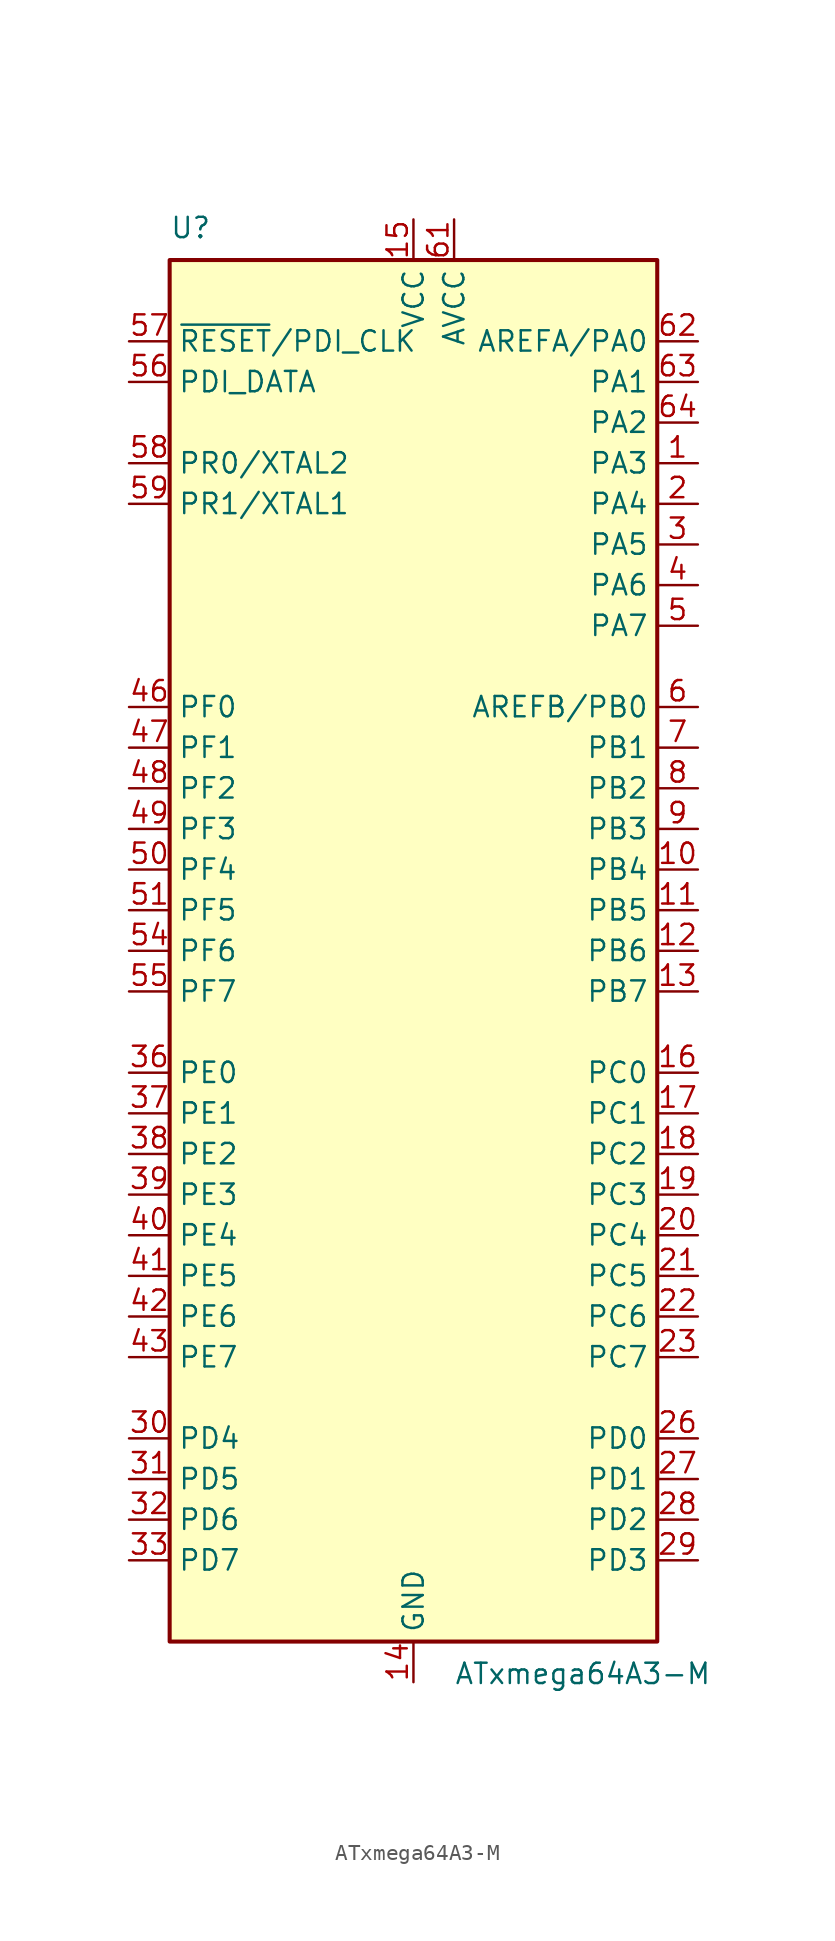
<source format=kicad_sym>
(kicad_symbol_lib
  (version 20220914)
  (generator kicad_symbol_editor)
  (symbol "ATxmega64A3-M"
    (property "Reference" "U"
      (at -15.24 44.45 0)
      (effects (font (size 1.27 1.27)) (justify left bottom)))
    (property "Value" "ATxmega64A3-M"
      (at 2.54 -44.45 0)
      (effects (font (size 1.27 1.27)) (justify left top)))
    (symbol "ATxmega64A3-M_0_1"
      (rectangle (start -15.24 -43.18) (end 15.24 43.18) (stroke (width 0.254) (type default)) (fill (type background))))
    (symbol "ATxmega64A3-M_1_1"
      (pin bidirectional line (at 17.78 30.48 180) (length 2.54) (name "PA3" (effects (font (size 1.27 1.27)))) (number "1" (effects (font (size 1.27 1.27)))))
      (pin bidirectional line (at 17.78 5.08 180) (length 2.54) (name "PB4" (effects (font (size 1.27 1.27)))) (number "10" (effects (font (size 1.27 1.27)))))
      (pin bidirectional line (at 17.78 2.54 180) (length 2.54) (name "PB5" (effects (font (size 1.27 1.27)))) (number "11" (effects (font (size 1.27 1.27)))))
      (pin bidirectional line (at 17.78 0 180) (length 2.54) (name "PB6" (effects (font (size 1.27 1.27)))) (number "12" (effects (font (size 1.27 1.27)))))
      (pin bidirectional line (at 17.78 -2.54 180) (length 2.54) (name "PB7" (effects (font (size 1.27 1.27)))) (number "13" (effects (font (size 1.27 1.27)))))
      (pin power_in line (at 0 -45.72 90) (length 2.54) (name "GND" (effects (font (size 1.27 1.27)))) (number "14" (effects (font (size 1.27 1.27)))))
      (pin power_in line (at 0 45.72 270) (length 2.54) (name "VCC" (effects (font (size 1.27 1.27)))) (number "15" (effects (font (size 1.27 1.27)))))
      (pin bidirectional line (at 17.78 -7.62 180) (length 2.54) (name "PC0" (effects (font (size 1.27 1.27)))) (number "16" (effects (font (size 1.27 1.27)))))
      (pin bidirectional line (at 17.78 -10.16 180) (length 2.54) (name "PC1" (effects (font (size 1.27 1.27)))) (number "17" (effects (font (size 1.27 1.27)))))
      (pin bidirectional line (at 17.78 -12.7 180) (length 2.54) (name "PC2" (effects (font (size 1.27 1.27)))) (number "18" (effects (font (size 1.27 1.27)))))
      (pin bidirectional line (at 17.78 -15.24 180) (length 2.54) (name "PC3" (effects (font (size 1.27 1.27)))) (number "19" (effects (font (size 1.27 1.27)))))
      (pin bidirectional line (at 17.78 27.94 180) (length 2.54) (name "PA4" (effects (font (size 1.27 1.27)))) (number "2" (effects (font (size 1.27 1.27)))))
      (pin bidirectional line (at 17.78 -17.78 180) (length 2.54) (name "PC4" (effects (font (size 1.27 1.27)))) (number "20" (effects (font (size 1.27 1.27)))))
      (pin bidirectional line (at 17.78 -20.32 180) (length 2.54) (name "PC5" (effects (font (size 1.27 1.27)))) (number "21" (effects (font (size 1.27 1.27)))))
      (pin bidirectional line (at 17.78 -22.86 180) (length 2.54) (name "PC6" (effects (font (size 1.27 1.27)))) (number "22" (effects (font (size 1.27 1.27)))))
      (pin bidirectional line (at 17.78 -25.4 180) (length 2.54) (name "PC7" (effects (font (size 1.27 1.27)))) (number "23" (effects (font (size 1.27 1.27)))))
      (pin passive line (at 0 -45.72 90) (length 2.54) hide (name "GND" (effects (font (size 1.27 1.27)))) (number "24" (effects (font (size 1.27 1.27)))))
      (pin passive line (at 0 45.72 270) (length 2.54) hide (name "VCC" (effects (font (size 1.27 1.27)))) (number "25" (effects (font (size 1.27 1.27)))))
      (pin bidirectional line (at 17.78 -30.48 180) (length 2.54) (name "PD0" (effects (font (size 1.27 1.27)))) (number "26" (effects (font (size 1.27 1.27)))))
      (pin bidirectional line (at 17.78 -33.02 180) (length 2.54) (name "PD1" (effects (font (size 1.27 1.27)))) (number "27" (effects (font (size 1.27 1.27)))))
      (pin bidirectional line (at 17.78 -35.56 180) (length 2.54) (name "PD2" (effects (font (size 1.27 1.27)))) (number "28" (effects (font (size 1.27 1.27)))))
      (pin bidirectional line (at 17.78 -38.1 180) (length 2.54) (name "PD3" (effects (font (size 1.27 1.27)))) (number "29" (effects (font (size 1.27 1.27)))))
      (pin bidirectional line (at 17.78 25.4 180) (length 2.54) (name "PA5" (effects (font (size 1.27 1.27)))) (number "3" (effects (font (size 1.27 1.27)))))
      (pin bidirectional line (at -17.78 -30.48 0) (length 2.54) (name "PD4" (effects (font (size 1.27 1.27)))) (number "30" (effects (font (size 1.27 1.27)))))
      (pin bidirectional line (at -17.78 -33.02 0) (length 2.54) (name "PD5" (effects (font (size 1.27 1.27)))) (number "31" (effects (font (size 1.27 1.27)))))
      (pin bidirectional line (at -17.78 -35.56 0) (length 2.54) (name "PD6" (effects (font (size 1.27 1.27)))) (number "32" (effects (font (size 1.27 1.27)))))
      (pin bidirectional line (at -17.78 -38.1 0) (length 2.54) (name "PD7" (effects (font (size 1.27 1.27)))) (number "33" (effects (font (size 1.27 1.27)))))
      (pin passive line (at 0 -45.72 90) (length 2.54) hide (name "GND" (effects (font (size 1.27 1.27)))) (number "34" (effects (font (size 1.27 1.27)))))
      (pin passive line (at 0 45.72 270) (length 2.54) hide (name "VCC" (effects (font (size 1.27 1.27)))) (number "35" (effects (font (size 1.27 1.27)))))
      (pin bidirectional line (at -17.78 -7.62 0) (length 2.54) (name "PE0" (effects (font (size 1.27 1.27)))) (number "36" (effects (font (size 1.27 1.27)))))
      (pin bidirectional line (at -17.78 -10.16 0) (length 2.54) (name "PE1" (effects (font (size 1.27 1.27)))) (number "37" (effects (font (size 1.27 1.27)))))
      (pin bidirectional line (at -17.78 -12.7 0) (length 2.54) (name "PE2" (effects (font (size 1.27 1.27)))) (number "38" (effects (font (size 1.27 1.27)))))
      (pin bidirectional line (at -17.78 -15.24 0) (length 2.54) (name "PE3" (effects (font (size 1.27 1.27)))) (number "39" (effects (font (size 1.27 1.27)))))
      (pin bidirectional line (at 17.78 22.86 180) (length 2.54) (name "PA6" (effects (font (size 1.27 1.27)))) (number "4" (effects (font (size 1.27 1.27)))))
      (pin bidirectional line (at -17.78 -17.78 0) (length 2.54) (name "PE4" (effects (font (size 1.27 1.27)))) (number "40" (effects (font (size 1.27 1.27)))))
      (pin bidirectional line (at -17.78 -20.32 0) (length 2.54) (name "PE5" (effects (font (size 1.27 1.27)))) (number "41" (effects (font (size 1.27 1.27)))))
      (pin bidirectional line (at -17.78 -22.86 0) (length 2.54) (name "PE6" (effects (font (size 1.27 1.27)))) (number "42" (effects (font (size 1.27 1.27)))))
      (pin bidirectional line (at -17.78 -25.4 0) (length 2.54) (name "PE7" (effects (font (size 1.27 1.27)))) (number "43" (effects (font (size 1.27 1.27)))))
      (pin passive line (at 0 -45.72 90) (length 2.54) hide (name "GND" (effects (font (size 1.27 1.27)))) (number "44" (effects (font (size 1.27 1.27)))))
      (pin passive line (at 0 45.72 270) (length 2.54) hide (name "VCC" (effects (font (size 1.27 1.27)))) (number "45" (effects (font (size 1.27 1.27)))))
      (pin bidirectional line (at -17.78 15.24 0) (length 2.54) (name "PF0" (effects (font (size 1.27 1.27)))) (number "46" (effects (font (size 1.27 1.27)))))
      (pin bidirectional line (at -17.78 12.7 0) (length 2.54) (name "PF1" (effects (font (size 1.27 1.27)))) (number "47" (effects (font (size 1.27 1.27)))))
      (pin bidirectional line (at -17.78 10.16 0) (length 2.54) (name "PF2" (effects (font (size 1.27 1.27)))) (number "48" (effects (font (size 1.27 1.27)))))
      (pin bidirectional line (at -17.78 7.62 0) (length 2.54) (name "PF3" (effects (font (size 1.27 1.27)))) (number "49" (effects (font (size 1.27 1.27)))))
      (pin bidirectional line (at 17.78 20.32 180) (length 2.54) (name "PA7" (effects (font (size 1.27 1.27)))) (number "5" (effects (font (size 1.27 1.27)))))
      (pin bidirectional line (at -17.78 5.08 0) (length 2.54) (name "PF4" (effects (font (size 1.27 1.27)))) (number "50" (effects (font (size 1.27 1.27)))))
      (pin bidirectional line (at -17.78 2.54 0) (length 2.54) (name "PF5" (effects (font (size 1.27 1.27)))) (number "51" (effects (font (size 1.27 1.27)))))
      (pin passive line (at 0 -45.72 90) (length 2.54) hide (name "GND" (effects (font (size 1.27 1.27)))) (number "52" (effects (font (size 1.27 1.27)))))
      (pin passive line (at 0 45.72 270) (length 2.54) hide (name "VCC" (effects (font (size 1.27 1.27)))) (number "53" (effects (font (size 1.27 1.27)))))
      (pin bidirectional line (at -17.78 0 0) (length 2.54) (name "PF6" (effects (font (size 1.27 1.27)))) (number "54" (effects (font (size 1.27 1.27)))))
      (pin bidirectional line (at -17.78 -2.54 0) (length 2.54) (name "PF7" (effects (font (size 1.27 1.27)))) (number "55" (effects (font (size 1.27 1.27)))))
      (pin bidirectional line (at -17.78 35.56 0) (length 2.54) (name "PDI_DATA" (effects (font (size 1.27 1.27)))) (number "56" (effects (font (size 1.27 1.27)))))
      (pin input line (at -17.78 38.1 0) (length 2.54) (name "~{RESET}/PDI_CLK" (effects (font (size 1.27 1.27)))) (number "57" (effects (font (size 1.27 1.27)))))
      (pin bidirectional line (at -17.78 30.48 0) (length 2.54) (name "PR0/XTAL2" (effects (font (size 1.27 1.27)))) (number "58" (effects (font (size 1.27 1.27)))))
      (pin bidirectional line (at -17.78 27.94 0) (length 2.54) (name "PR1/XTAL1" (effects (font (size 1.27 1.27)))) (number "59" (effects (font (size 1.27 1.27)))))
      (pin bidirectional line (at 17.78 15.24 180) (length 2.54) (name "AREFB/PB0" (effects (font (size 1.27 1.27)))) (number "6" (effects (font (size 1.27 1.27)))))
      (pin passive line (at 0 -45.72 90) (length 2.54) hide (name "GND" (effects (font (size 1.27 1.27)))) (number "60" (effects (font (size 1.27 1.27)))))
      (pin power_in line (at 2.54 45.72 270) (length 2.54) (name "AVCC" (effects (font (size 1.27 1.27)))) (number "61" (effects (font (size 1.27 1.27)))))
      (pin bidirectional line (at 17.78 38.1 180) (length 2.54) (name "AREFA/PA0" (effects (font (size 1.27 1.27)))) (number "62" (effects (font (size 1.27 1.27)))))
      (pin bidirectional line (at 17.78 35.56 180) (length 2.54) (name "PA1" (effects (font (size 1.27 1.27)))) (number "63" (effects (font (size 1.27 1.27)))))
      (pin bidirectional line (at 17.78 33.02 180) (length 2.54) (name "PA2" (effects (font (size 1.27 1.27)))) (number "64" (effects (font (size 1.27 1.27)))))
      (pin passive line (at 0 -45.72 90) (length 2.54) hide (name "GND" (effects (font (size 1.27 1.27)))) (number "65" (effects (font (size 1.27 1.27)))))
      (pin bidirectional line (at 17.78 12.7 180) (length 2.54) (name "PB1" (effects (font (size 1.27 1.27)))) (number "7" (effects (font (size 1.27 1.27)))))
      (pin bidirectional line (at 17.78 10.16 180) (length 2.54) (name "PB2" (effects (font (size 1.27 1.27)))) (number "8" (effects (font (size 1.27 1.27)))))
      (pin bidirectional line (at 17.78 7.62 180) (length 2.54) (name "PB3" (effects (font (size 1.27 1.27)))) (number "9" (effects (font (size 1.27 1.27))))))))
</source>
